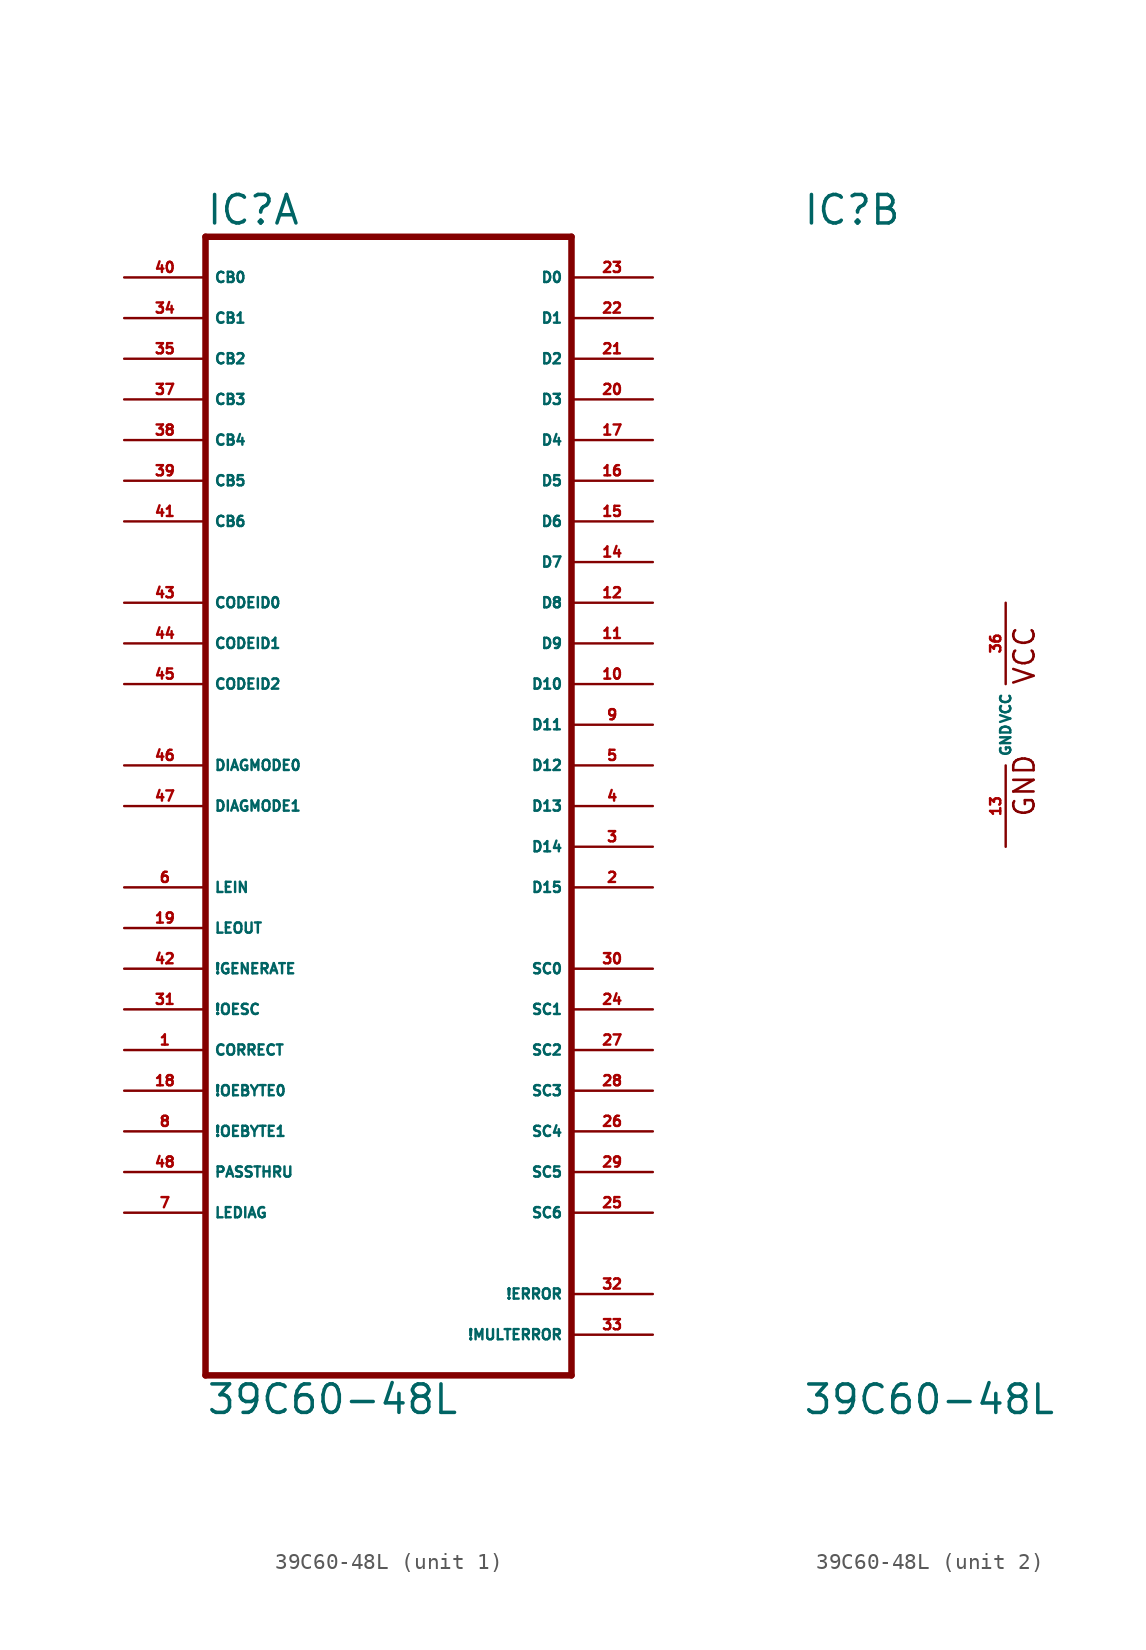
<source format=kicad_sym>
(kicad_symbol_lib
  (version 20220914)
  (generator Eagle2Kicad)
  (symbol "39C60-48L"
    (property "Reference" "IC"
      (at -12.7 31.115 0)
      (effects (font (size 1.778 1.778) (thickness 0.22)) (justify left bottom)))
    (property "Value" "39C60-48L"
      (at -12.7 -43.18 0)
      (effects (font (size 1.778 1.778) (thickness 0.22)) (justify left bottom)))
    (symbol "39C60-48L_1_0"
      (polyline (pts (xy -12.7 -40.64) (xy 10.16 -40.64)) (stroke (width 0.406) (type default)) (fill (type none)))
      (polyline (pts (xy 10.16 -40.64) (xy 10.16 30.48)) (stroke (width 0.406) (type default)) (fill (type none)))
      (polyline (pts (xy 10.16 30.48) (xy -12.7 30.48)) (stroke (width 0.406) (type default)) (fill (type none)))
      (polyline (pts (xy -12.7 30.48) (xy -12.7 -40.64)) (stroke (width 0.406) (type default)) (fill (type none)))
      (pin input line (at -17.78 27.94 0) (length 5.08) (name "CB0" (effects (font (size 0.635 0.635) (thickness 0.08)) (justify left bottom))) (number "40" (effects (font (size 0.635 0.635) (thickness 0.08)) (justify left bottom))))
      (pin input line (at -17.78 25.4 0) (length 5.08) (name "CB1" (effects (font (size 0.635 0.635) (thickness 0.08)) (justify left bottom))) (number "34" (effects (font (size 0.635 0.635) (thickness 0.08)) (justify left bottom))))
      (pin input line (at -17.78 22.86 0) (length 5.08) (name "CB2" (effects (font (size 0.635 0.635) (thickness 0.08)) (justify left bottom))) (number "35" (effects (font (size 0.635 0.635) (thickness 0.08)) (justify left bottom))))
      (pin input line (at -17.78 20.32 0) (length 5.08) (name "CB3" (effects (font (size 0.635 0.635) (thickness 0.08)) (justify left bottom))) (number "37" (effects (font (size 0.635 0.635) (thickness 0.08)) (justify left bottom))))
      (pin input line (at -17.78 17.78 0) (length 5.08) (name "CB4" (effects (font (size 0.635 0.635) (thickness 0.08)) (justify left bottom))) (number "38" (effects (font (size 0.635 0.635) (thickness 0.08)) (justify left bottom))))
      (pin input line (at -17.78 15.24 0) (length 5.08) (name "CB5" (effects (font (size 0.635 0.635) (thickness 0.08)) (justify left bottom))) (number "39" (effects (font (size 0.635 0.635) (thickness 0.08)) (justify left bottom))))
      (pin input line (at -17.78 12.7 0) (length 5.08) (name "CB6" (effects (font (size 0.635 0.635) (thickness 0.08)) (justify left bottom))) (number "41" (effects (font (size 0.635 0.635) (thickness 0.08)) (justify left bottom))))
      (pin input line (at -17.78 7.62 0) (length 5.08) (name "CODEID0" (effects (font (size 0.635 0.635) (thickness 0.08)) (justify left bottom))) (number "43" (effects (font (size 0.635 0.635) (thickness 0.08)) (justify left bottom))))
      (pin input line (at -17.78 5.08 0) (length 5.08) (name "CODEID1" (effects (font (size 0.635 0.635) (thickness 0.08)) (justify left bottom))) (number "44" (effects (font (size 0.635 0.635) (thickness 0.08)) (justify left bottom))))
      (pin input line (at -17.78 2.54 0) (length 5.08) (name "CODEID2" (effects (font (size 0.635 0.635) (thickness 0.08)) (justify left bottom))) (number "45" (effects (font (size 0.635 0.635) (thickness 0.08)) (justify left bottom))))
      (pin input line (at -17.78 -2.54 0) (length 5.08) (name "DIAGMODE0" (effects (font (size 0.635 0.635) (thickness 0.08)) (justify left bottom))) (number "46" (effects (font (size 0.635 0.635) (thickness 0.08)) (justify left bottom))))
      (pin input line (at -17.78 -5.08 0) (length 5.08) (name "DIAGMODE1" (effects (font (size 0.635 0.635) (thickness 0.08)) (justify left bottom))) (number "47" (effects (font (size 0.635 0.635) (thickness 0.08)) (justify left bottom))))
      (pin input line (at -17.78 -10.16 0) (length 5.08) (name "LEIN" (effects (font (size 0.635 0.635) (thickness 0.08)) (justify left bottom))) (number "6" (effects (font (size 0.635 0.635) (thickness 0.08)) (justify left bottom))))
      (pin input line (at -17.78 -15.24 0) (length 5.08) (name "!GENERATE" (effects (font (size 0.635 0.635) (thickness 0.08)) (justify left bottom))) (number "42" (effects (font (size 0.635 0.635) (thickness 0.08)) (justify left bottom))))
      (pin input line (at -17.78 -17.78 0) (length 5.08) (name "!OESC" (effects (font (size 0.635 0.635) (thickness 0.08)) (justify left bottom))) (number "31" (effects (font (size 0.635 0.635) (thickness 0.08)) (justify left bottom))))
      (pin input line (at -17.78 -20.32 0) (length 5.08) (name "CORRECT" (effects (font (size 0.635 0.635) (thickness 0.08)) (justify left bottom))) (number "1" (effects (font (size 0.635 0.635) (thickness 0.08)) (justify left bottom))))
      (pin input line (at -17.78 -12.7 0) (length 5.08) (name "LEOUT" (effects (font (size 0.635 0.635) (thickness 0.08)) (justify left bottom))) (number "19" (effects (font (size 0.635 0.635) (thickness 0.08)) (justify left bottom))))
      (pin input line (at -17.78 -22.86 0) (length 5.08) (name "!OEBYTE0" (effects (font (size 0.635 0.635) (thickness 0.08)) (justify left bottom))) (number "18" (effects (font (size 0.635 0.635) (thickness 0.08)) (justify left bottom))))
      (pin input line (at -17.78 -25.4 0) (length 5.08) (name "!OEBYTE1" (effects (font (size 0.635 0.635) (thickness 0.08)) (justify left bottom))) (number "8" (effects (font (size 0.635 0.635) (thickness 0.08)) (justify left bottom))))
      (pin input line (at -17.78 -27.94 0) (length 5.08) (name "PASSTHRU" (effects (font (size 0.635 0.635) (thickness 0.08)) (justify left bottom))) (number "48" (effects (font (size 0.635 0.635) (thickness 0.08)) (justify left bottom))))
      (pin input line (at -17.78 -30.48 0) (length 5.08) (name "LEDIAG" (effects (font (size 0.635 0.635) (thickness 0.08)) (justify left bottom))) (number "7" (effects (font (size 0.635 0.635) (thickness 0.08)) (justify left bottom))))
      (pin bidirectional line (at 15.24 27.94 180) (length 5.08) (name "D0" (effects (font (size 0.635 0.635) (thickness 0.08)) (justify left bottom))) (number "23" (effects (font (size 0.635 0.635) (thickness 0.08)) (justify left bottom))))
      (pin bidirectional line (at 15.24 25.4 180) (length 5.08) (name "D1" (effects (font (size 0.635 0.635) (thickness 0.08)) (justify left bottom))) (number "22" (effects (font (size 0.635 0.635) (thickness 0.08)) (justify left bottom))))
      (pin bidirectional line (at 15.24 22.86 180) (length 5.08) (name "D2" (effects (font (size 0.635 0.635) (thickness 0.08)) (justify left bottom))) (number "21" (effects (font (size 0.635 0.635) (thickness 0.08)) (justify left bottom))))
      (pin bidirectional line (at 15.24 20.32 180) (length 5.08) (name "D3" (effects (font (size 0.635 0.635) (thickness 0.08)) (justify left bottom))) (number "20" (effects (font (size 0.635 0.635) (thickness 0.08)) (justify left bottom))))
      (pin bidirectional line (at 15.24 17.78 180) (length 5.08) (name "D4" (effects (font (size 0.635 0.635) (thickness 0.08)) (justify left bottom))) (number "17" (effects (font (size 0.635 0.635) (thickness 0.08)) (justify left bottom))))
      (pin bidirectional line (at 15.24 15.24 180) (length 5.08) (name "D5" (effects (font (size 0.635 0.635) (thickness 0.08)) (justify left bottom))) (number "16" (effects (font (size 0.635 0.635) (thickness 0.08)) (justify left bottom))))
      (pin bidirectional line (at 15.24 12.7 180) (length 5.08) (name "D6" (effects (font (size 0.635 0.635) (thickness 0.08)) (justify left bottom))) (number "15" (effects (font (size 0.635 0.635) (thickness 0.08)) (justify left bottom))))
      (pin bidirectional line (at 15.24 10.16 180) (length 5.08) (name "D7" (effects (font (size 0.635 0.635) (thickness 0.08)) (justify left bottom))) (number "14" (effects (font (size 0.635 0.635) (thickness 0.08)) (justify left bottom))))
      (pin bidirectional line (at 15.24 7.62 180) (length 5.08) (name "D8" (effects (font (size 0.635 0.635) (thickness 0.08)) (justify left bottom))) (number "12" (effects (font (size 0.635 0.635) (thickness 0.08)) (justify left bottom))))
      (pin bidirectional line (at 15.24 5.08 180) (length 5.08) (name "D9" (effects (font (size 0.635 0.635) (thickness 0.08)) (justify left bottom))) (number "11" (effects (font (size 0.635 0.635) (thickness 0.08)) (justify left bottom))))
      (pin bidirectional line (at 15.24 2.54 180) (length 5.08) (name "D10" (effects (font (size 0.635 0.635) (thickness 0.08)) (justify left bottom))) (number "10" (effects (font (size 0.635 0.635) (thickness 0.08)) (justify left bottom))))
      (pin bidirectional line (at 15.24 0 180) (length 5.08) (name "D11" (effects (font (size 0.635 0.635) (thickness 0.08)) (justify left bottom))) (number "9" (effects (font (size 0.635 0.635) (thickness 0.08)) (justify left bottom))))
      (pin bidirectional line (at 15.24 -2.54 180) (length 5.08) (name "D12" (effects (font (size 0.635 0.635) (thickness 0.08)) (justify left bottom))) (number "5" (effects (font (size 0.635 0.635) (thickness 0.08)) (justify left bottom))))
      (pin bidirectional line (at 15.24 -5.08 180) (length 5.08) (name "D13" (effects (font (size 0.635 0.635) (thickness 0.08)) (justify left bottom))) (number "4" (effects (font (size 0.635 0.635) (thickness 0.08)) (justify left bottom))))
      (pin bidirectional line (at 15.24 -7.62 180) (length 5.08) (name "D14" (effects (font (size 0.635 0.635) (thickness 0.08)) (justify left bottom))) (number "3" (effects (font (size 0.635 0.635) (thickness 0.08)) (justify left bottom))))
      (pin bidirectional line (at 15.24 -10.16 180) (length 5.08) (name "D15" (effects (font (size 0.635 0.635) (thickness 0.08)) (justify left bottom))) (number "2" (effects (font (size 0.635 0.635) (thickness 0.08)) (justify left bottom))))
      (pin output line (at 15.24 -15.24 180) (length 5.08) (name "SC0" (effects (font (size 0.635 0.635) (thickness 0.08)) (justify left bottom))) (number "30" (effects (font (size 0.635 0.635) (thickness 0.08)) (justify left bottom))))
      (pin output line (at 15.24 -17.78 180) (length 5.08) (name "SC1" (effects (font (size 0.635 0.635) (thickness 0.08)) (justify left bottom))) (number "24" (effects (font (size 0.635 0.635) (thickness 0.08)) (justify left bottom))))
      (pin output line (at 15.24 -20.32 180) (length 5.08) (name "SC2" (effects (font (size 0.635 0.635) (thickness 0.08)) (justify left bottom))) (number "27" (effects (font (size 0.635 0.635) (thickness 0.08)) (justify left bottom))))
      (pin output line (at 15.24 -22.86 180) (length 5.08) (name "SC3" (effects (font (size 0.635 0.635) (thickness 0.08)) (justify left bottom))) (number "28" (effects (font (size 0.635 0.635) (thickness 0.08)) (justify left bottom))))
      (pin output line (at 15.24 -25.4 180) (length 5.08) (name "SC4" (effects (font (size 0.635 0.635) (thickness 0.08)) (justify left bottom))) (number "26" (effects (font (size 0.635 0.635) (thickness 0.08)) (justify left bottom))))
      (pin output line (at 15.24 -27.94 180) (length 5.08) (name "SC5" (effects (font (size 0.635 0.635) (thickness 0.08)) (justify left bottom))) (number "29" (effects (font (size 0.635 0.635) (thickness 0.08)) (justify left bottom))))
      (pin output line (at 15.24 -30.48 180) (length 5.08) (name "SC6" (effects (font (size 0.635 0.635) (thickness 0.08)) (justify left bottom))) (number "25" (effects (font (size 0.635 0.635) (thickness 0.08)) (justify left bottom))))
      (pin output line (at 15.24 -35.56 180) (length 5.08) (name "!ERROR" (effects (font (size 0.635 0.635) (thickness 0.08)) (justify left bottom))) (number "32" (effects (font (size 0.635 0.635) (thickness 0.08)) (justify left bottom))))
      (pin output line (at 15.24 -38.1 180) (length 5.08) (name "!MULTERROR" (effects (font (size 0.635 0.635) (thickness 0.08)) (justify left bottom))) (number "33" (effects (font (size 0.635 0.635) (thickness 0.08)) (justify left bottom)))))
    (symbol "39C60-48L_2_0"
      (text "GND" (at 1.905 -5.842 900) (effects (font (size 1.27 1.27) (thickness 0.16)) (justify left bottom)))
      (text "VCC" (at 1.905 2.413 900) (effects (font (size 1.27 1.27) (thickness 0.16)) (justify left bottom)))
      (pin unspecified line (at 0 7.62 270) (length 5.08) (name "VCC" (effects (font (size 0.635 0.635) (thickness 0.08)) (justify left bottom))) (number "36" (effects (font (size 0.635 0.635) (thickness 0.08)) (justify left bottom))))
      (pin unspecified line (at 0 -7.62 90) (length 5.08) (name "GND" (effects (font (size 0.635 0.635) (thickness 0.08)) (justify left bottom))) (number "13" (effects (font (size 0.635 0.635) (thickness 0.08)) (justify left bottom)))))))
</source>
